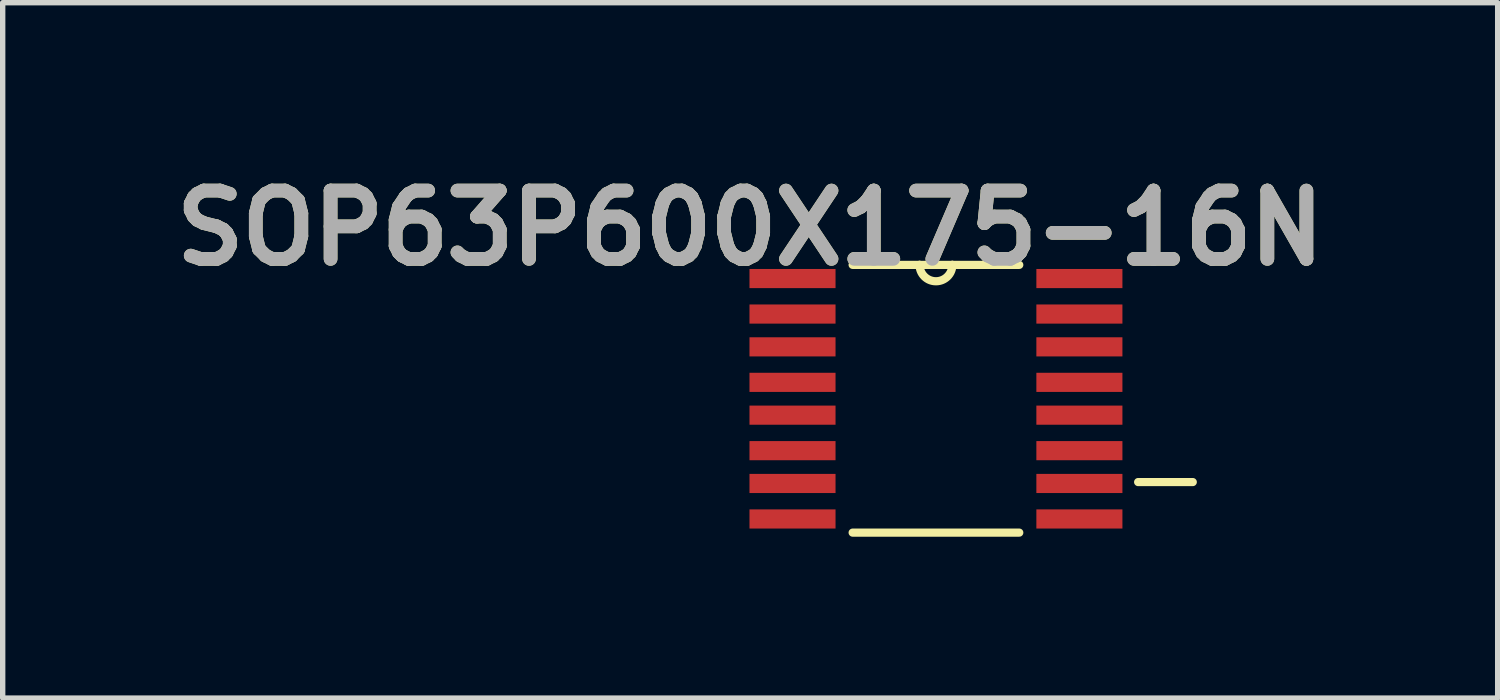
<source format=kicad_pcb>
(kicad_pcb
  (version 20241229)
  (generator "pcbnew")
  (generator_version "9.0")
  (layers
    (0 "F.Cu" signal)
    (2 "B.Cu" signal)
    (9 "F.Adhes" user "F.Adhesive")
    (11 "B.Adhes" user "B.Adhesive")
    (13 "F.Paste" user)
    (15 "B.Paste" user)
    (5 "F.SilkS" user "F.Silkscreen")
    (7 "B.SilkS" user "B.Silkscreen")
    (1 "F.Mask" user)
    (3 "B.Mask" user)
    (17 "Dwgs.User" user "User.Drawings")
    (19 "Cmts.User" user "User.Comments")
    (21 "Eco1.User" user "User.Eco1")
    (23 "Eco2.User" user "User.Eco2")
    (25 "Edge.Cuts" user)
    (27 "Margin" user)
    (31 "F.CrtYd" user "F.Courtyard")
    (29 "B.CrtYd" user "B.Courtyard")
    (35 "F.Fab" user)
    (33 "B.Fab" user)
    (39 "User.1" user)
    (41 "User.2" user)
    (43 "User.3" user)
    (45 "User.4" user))
  (footprint "SOP63P600X175-16N"
    (layer "F.Cu")
    (at 14.352 4.364)
    (property "Reference" "SOP63P600X175-16N" (at -3.454 -3.175 0) (layer "F.SilkS") (effects (font (size 1.27 1.27) (thickness 0.254))))
    (attr smd)
    (fp_line (start -1.549 2.489) (end 1.549 2.489) (stroke (width 0.152) (type solid)) (layer "F.SilkS"))
    (fp_line (start -0.305 -2.489) (end -1.549 -2.489) (stroke (width 0.152) (type solid)) (layer "F.SilkS"))
    (fp_line (start 0.305 -2.489) (end -0.305 -2.489) (stroke (width 0.152) (type solid)) (layer "F.SilkS"))
    (fp_line (start 1.549 -2.489) (end 0.305 -2.489) (stroke (width 0.152) (type solid)) (layer "F.SilkS"))
    (fp_line (start 4.775 1.549) (end 3.759 1.549) (stroke (width 0.152) (type solid)) (layer "F.SilkS"))
    (fp_arc (start 0.3048 -2.4892) (mid 0 -2.1844) (end -0.3048 -2.4892) (stroke (width 0.1524) (type solid)) (layer "F.SilkS"))
    (fp_text user "${REFERENCE}" (at -3.454 -3.175 0) (layer "F.Fab") (effects (font (size 1.27 1.27) (thickness 0.254))))
    (pad "1" smd rect (at -2.667 -2.235 90) (size 0.356 1.6) (layers "F.Cu" "F.Mask" "F.Paste"))
    (pad "2" smd rect (at -2.667 -1.575 90) (size 0.356 1.6) (layers "F.Cu" "F.Mask" "F.Paste"))
    (pad "3" smd rect (at -2.667 -0.965 90) (size 0.356 1.6) (layers "F.Cu" "F.Mask" "F.Paste"))
    (pad "4" smd rect (at -2.667 -0.305 90) (size 0.356 1.6) (layers "F.Cu" "F.Mask" "F.Paste"))
    (pad "5" smd rect (at -2.667 0.305 90) (size 0.356 1.6) (layers "F.Cu" "F.Mask" "F.Paste"))
    (pad "6" smd rect (at -2.667 0.965 90) (size 0.356 1.6) (layers "F.Cu" "F.Mask" "F.Paste"))
    (pad "7" smd rect (at -2.667 1.575 90) (size 0.356 1.6) (layers "F.Cu" "F.Mask" "F.Paste"))
    (pad "8" smd rect (at -2.667 2.235 90) (size 0.356 1.6) (layers "F.Cu" "F.Mask" "F.Paste"))
    (pad "9" smd rect (at 2.667 2.235 90) (size 0.356 1.6) (layers "F.Cu" "F.Mask" "F.Paste"))
    (pad "10" smd rect (at 2.667 1.575 90) (size 0.356 1.6) (layers "F.Cu" "F.Mask" "F.Paste"))
    (pad "11" smd rect (at 2.667 0.965 90) (size 0.356 1.6) (layers "F.Cu" "F.Mask" "F.Paste"))
    (pad "12" smd rect (at 2.667 0.305 90) (size 0.356 1.6) (layers "F.Cu" "F.Mask" "F.Paste"))
    (pad "13" smd rect (at 2.667 -0.305 90) (size 0.356 1.6) (layers "F.Cu" "F.Mask" "F.Paste"))
    (pad "14" smd rect (at 2.667 -0.965 90) (size 0.356 1.6) (layers "F.Cu" "F.Mask" "F.Paste"))
    (pad "15" smd rect (at 2.667 -1.575 90) (size 0.356 1.6) (layers "F.Cu" "F.Mask" "F.Paste"))
    (pad "16" smd rect (at 2.667 -2.235 90) (size 0.356 1.6) (layers "F.Cu" "F.Mask" "F.Paste")))
  (gr_rect
    (start -3 -3)
    (end 24.796 9.929)
    (stroke (width 0.1) (type default))
    (fill no)
    (layer "Edge.Cuts")))
</source>
